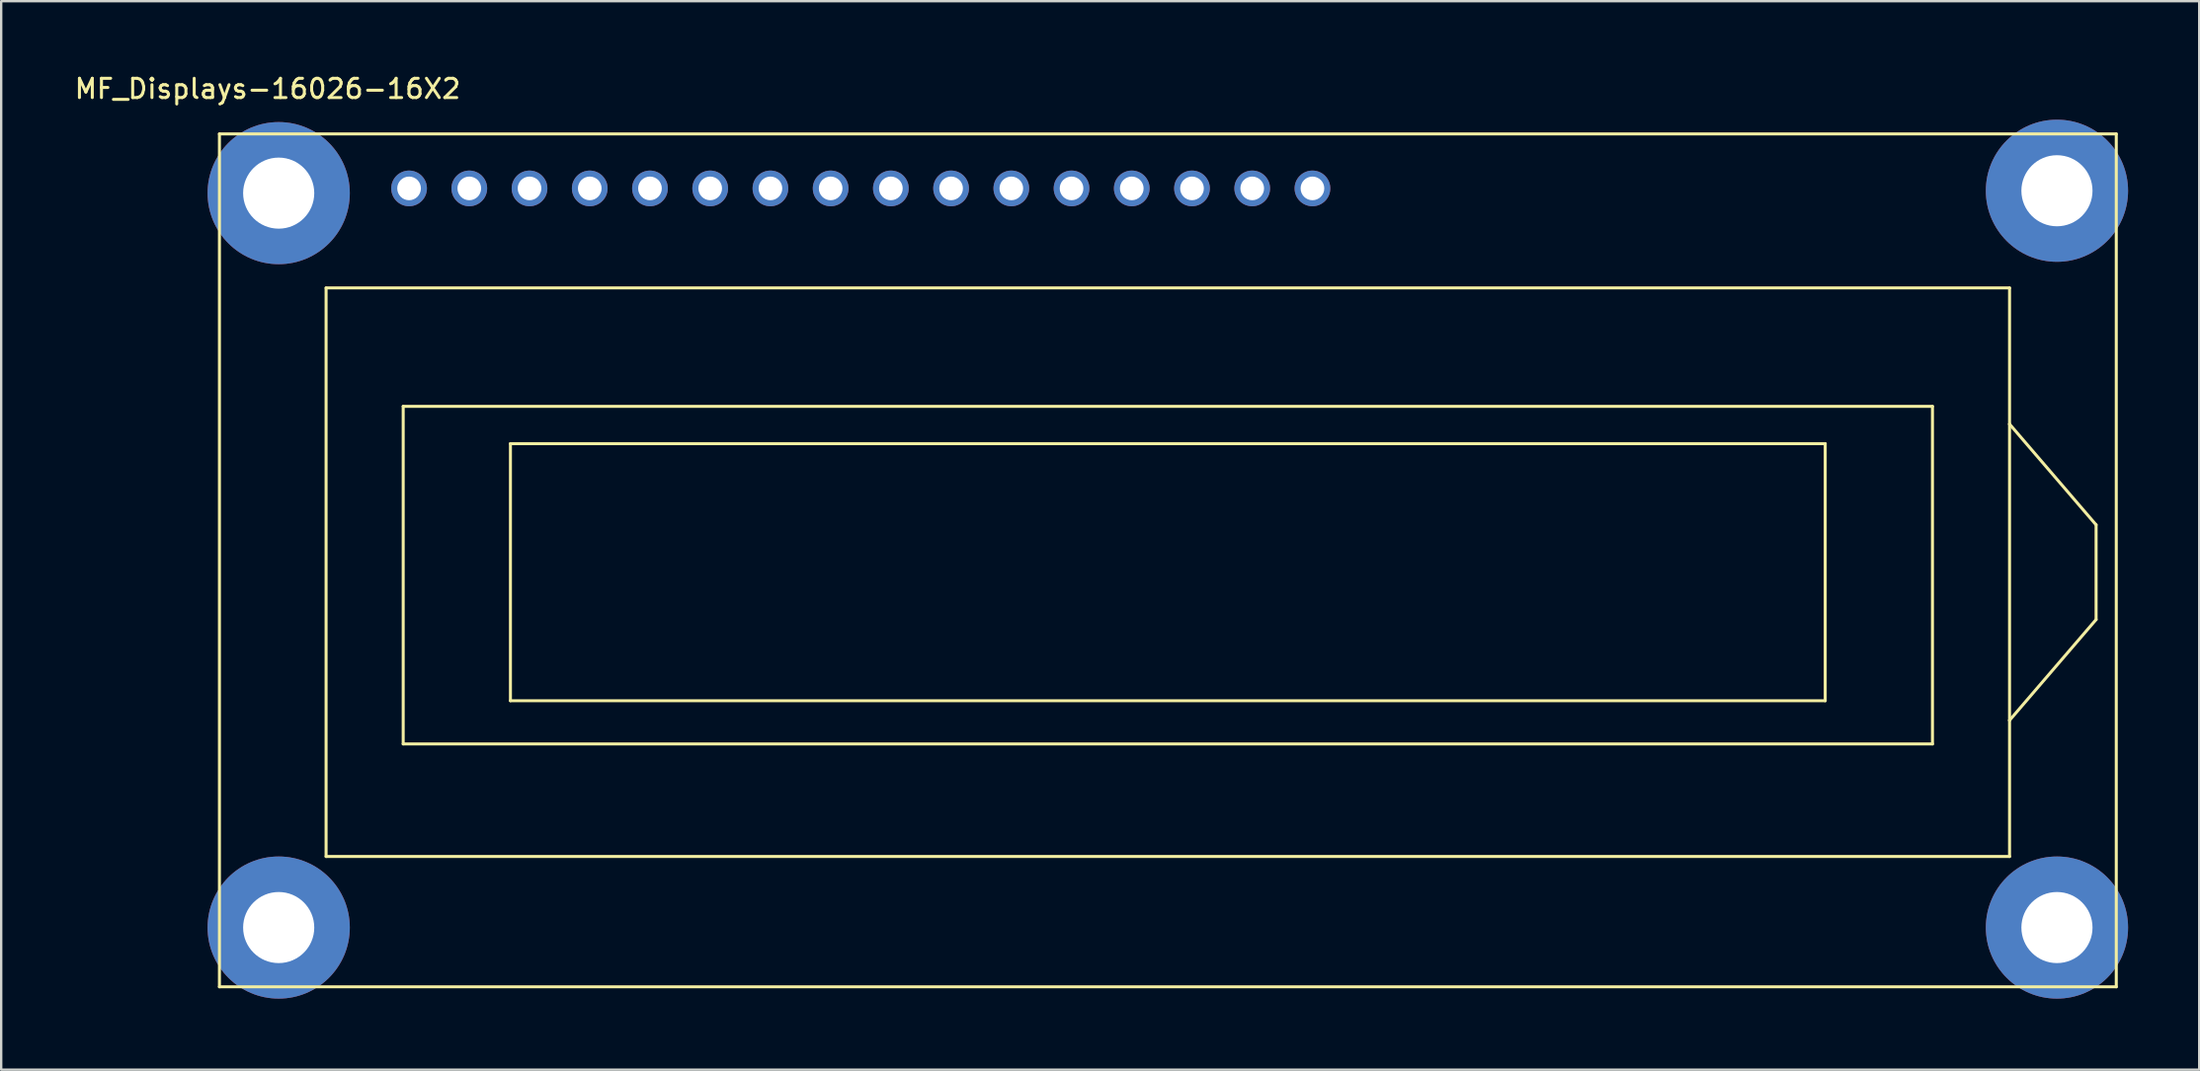
<source format=kicad_pcb>
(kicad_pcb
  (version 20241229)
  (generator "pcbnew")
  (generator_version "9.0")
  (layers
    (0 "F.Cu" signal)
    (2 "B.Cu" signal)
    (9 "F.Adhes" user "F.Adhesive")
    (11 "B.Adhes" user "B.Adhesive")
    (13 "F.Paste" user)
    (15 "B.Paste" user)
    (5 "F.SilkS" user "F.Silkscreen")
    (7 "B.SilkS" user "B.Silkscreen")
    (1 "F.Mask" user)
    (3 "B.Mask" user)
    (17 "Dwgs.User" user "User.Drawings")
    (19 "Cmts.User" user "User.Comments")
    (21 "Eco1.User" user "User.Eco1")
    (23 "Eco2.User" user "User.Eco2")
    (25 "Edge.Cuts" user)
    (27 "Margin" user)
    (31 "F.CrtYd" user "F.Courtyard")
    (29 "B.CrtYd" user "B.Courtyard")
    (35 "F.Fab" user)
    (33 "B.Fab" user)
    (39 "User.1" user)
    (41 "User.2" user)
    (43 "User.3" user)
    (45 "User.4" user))
  (footprint "MF_Displays-16026-16X2"
    (layer "F.Cu")
    (at 6.205 2.603)
    (property "Reference" "MF_Displays-16026-16X2" (at 2.032 -1.905 0) (layer "F.SilkS") (effects (font (size 0.813 0.813) (thickness 0.127))))
    (attr exclude_from_pos_files exclude_from_bom)
    (fp_line (start 0 0) (end 0 35.999) (stroke (width 0.127) (type solid)) (layer "F.SilkS"))
    (fp_line (start 0 0) (end 80 0) (stroke (width 0.127) (type solid)) (layer "F.SilkS"))
    (fp_line (start 0 35.999) (end 80 35.999) (stroke (width 0.127) (type solid)) (layer "F.SilkS"))
    (fp_line (start 4.498 6.5) (end 4.498 30.498) (stroke (width 0.127) (type solid)) (layer "F.SilkS"))
    (fp_line (start 4.498 30.498) (end 75.499 30.498) (stroke (width 0.127) (type solid)) (layer "F.SilkS"))
    (fp_line (start 7.75 11.499) (end 7.75 25.748) (stroke (width 0.127) (type solid)) (layer "F.SilkS"))
    (fp_line (start 7.75 25.748) (end 72.248 25.748) (stroke (width 0.127) (type solid)) (layer "F.SilkS"))
    (fp_line (start 12.273 13.073) (end 12.273 23.924) (stroke (width 0.127) (type solid)) (layer "F.SilkS"))
    (fp_line (start 12.273 23.924) (end 67.724 23.924) (stroke (width 0.127) (type solid)) (layer "F.SilkS"))
    (fp_line (start 67.724 13.073) (end 12.273 13.073) (stroke (width 0.127) (type solid)) (layer "F.SilkS"))
    (fp_line (start 67.724 23.924) (end 67.724 13.073) (stroke (width 0.127) (type solid)) (layer "F.SilkS"))
    (fp_line (start 72.248 11.499) (end 7.75 11.499) (stroke (width 0.127) (type solid)) (layer "F.SilkS"))
    (fp_line (start 72.248 25.748) (end 72.248 11.499) (stroke (width 0.127) (type solid)) (layer "F.SilkS"))
    (fp_line (start 75.499 6.5) (end 4.498 6.5) (stroke (width 0.127) (type solid)) (layer "F.SilkS"))
    (fp_line (start 75.499 12.248) (end 75.499 6.5) (stroke (width 0.127) (type solid)) (layer "F.SilkS"))
    (fp_line (start 75.499 12.248) (end 79.149 16.5) (stroke (width 0.127) (type solid)) (layer "F.SilkS"))
    (fp_line (start 75.499 24.75) (end 75.499 12.248) (stroke (width 0.127) (type solid)) (layer "F.SilkS"))
    (fp_line (start 75.499 30.498) (end 75.499 24.75) (stroke (width 0.127) (type solid)) (layer "F.SilkS"))
    (fp_line (start 79.149 16.5) (end 79.149 20.498) (stroke (width 0.127) (type solid)) (layer "F.SilkS"))
    (fp_line (start 79.149 20.498) (end 75.499 24.75) (stroke (width 0.127) (type solid)) (layer "F.SilkS"))
    (fp_line (start 80 35.999) (end 80 0) (stroke (width 0.127) (type solid)) (layer "F.SilkS"))
    (pad "1" thru_hole circle (at 7.998 2.299) (size 1.506 1.506) (drill 0.998) (layers "*.Cu" "*.Mask"))
    (pad "2" thru_hole circle (at 10.538 2.299) (size 1.506 1.506) (drill 0.998) (layers "*.Cu" "*.Mask"))
    (pad "3" thru_hole circle (at 13.078 2.299) (size 1.506 1.506) (drill 0.998) (layers "*.Cu" "*.Mask"))
    (pad "4" thru_hole circle (at 15.618 2.299) (size 1.506 1.506) (drill 0.998) (layers "*.Cu" "*.Mask"))
    (pad "5" thru_hole circle (at 18.158 2.299) (size 1.506 1.506) (drill 0.998) (layers "*.Cu" "*.Mask"))
    (pad "6" thru_hole circle (at 20.698 2.299) (size 1.506 1.506) (drill 0.998) (layers "*.Cu" "*.Mask"))
    (pad "7" thru_hole circle (at 23.238 2.299) (size 1.506 1.506) (drill 0.998) (layers "*.Cu" "*.Mask"))
    (pad "8" thru_hole circle (at 25.778 2.299) (size 1.506 1.506) (drill 0.998) (layers "*.Cu" "*.Mask" "F.Paste"))
    (pad "9" thru_hole circle (at 28.318 2.299) (size 1.506 1.506) (drill 0.998) (layers "*.Cu" "*.Mask"))
    (pad "10" thru_hole circle (at 30.858 2.299) (size 1.506 1.506) (drill 0.998) (layers "*.Cu" "*.Mask"))
    (pad "11" thru_hole circle (at 33.398 2.299) (size 1.506 1.506) (drill 0.998) (layers "*.Cu" "*.Mask"))
    (pad "12" thru_hole circle (at 35.938 2.299) (size 1.506 1.506) (drill 0.998) (layers "*.Cu" "*.Mask"))
    (pad "13" thru_hole circle (at 38.478 2.299) (size 1.506 1.506) (drill 0.998) (layers "*.Cu" "*.Mask"))
    (pad "14" thru_hole circle (at 41.018 2.299) (size 1.506 1.506) (drill 0.998) (layers "*.Cu" "*.Mask"))
    (pad "15" thru_hole circle (at 43.558 2.299) (size 1.506 1.506) (drill 0.998) (layers "*.Cu" "*.Mask"))
    (pad "16" thru_hole circle (at 46.098 2.299) (size 1.506 1.506) (drill 0.998) (layers "*.Cu" "*.Mask"))
    (pad "MNT1" thru_hole circle (at 2.499 2.499) (size 5.999 5.999) (drill 3) (layers "*.Cu" "*.Mask"))
    (pad "MNT2" thru_hole circle (at 77.498 2.398) (size 5.999 5.999) (drill 3) (layers "*.Cu" "*.Mask"))
    (pad "MNT3" thru_hole circle (at 2.499 33.498) (size 5.999 5.999) (drill 3) (layers "*.Cu" "*.Mask"))
    (pad "MNT4" thru_hole circle (at 77.498 33.498) (size 5.999 5.999) (drill 3) (layers "*.Cu" "*.Mask")))
  (gr_rect
    (start -3 -3)
    (end 89.703 42.101)
    (stroke (width 0.1) (type default))
    (fill no)
    (layer "Edge.Cuts")))
</source>
